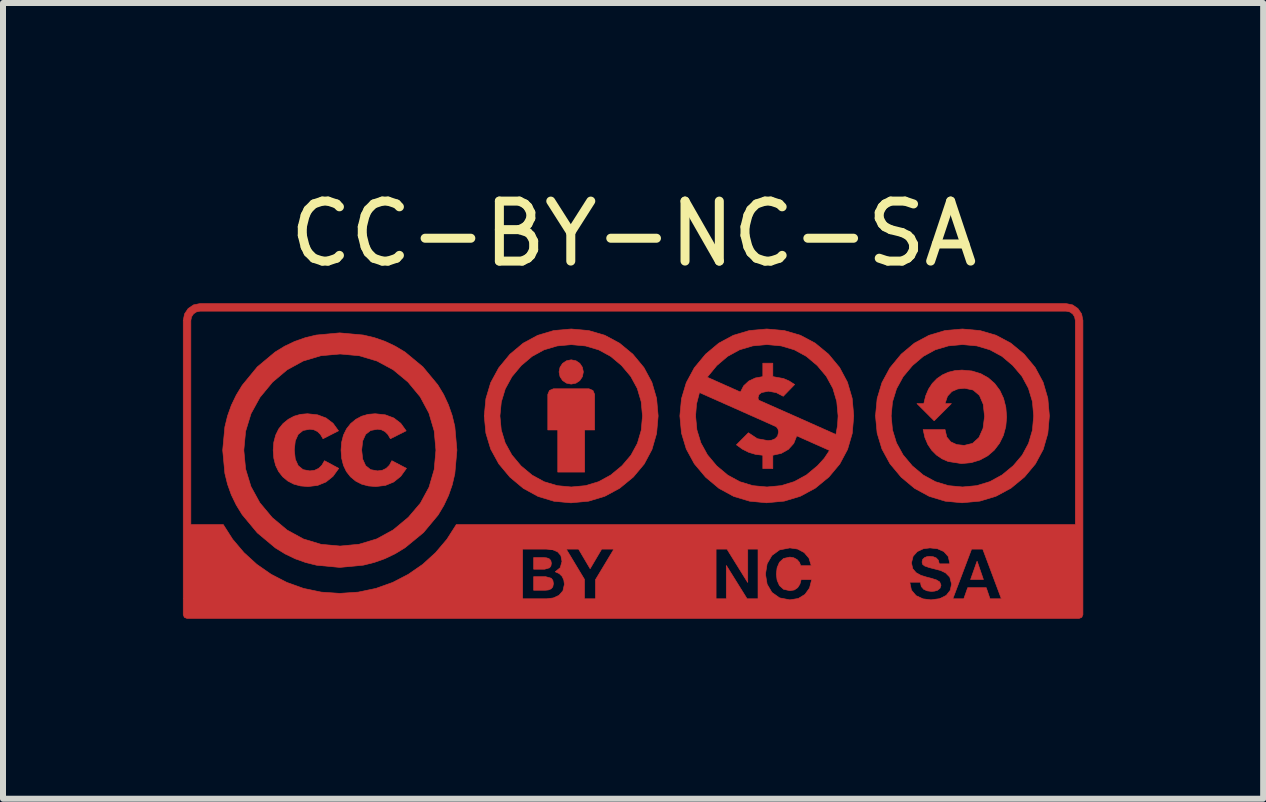
<source format=kicad_pcb>
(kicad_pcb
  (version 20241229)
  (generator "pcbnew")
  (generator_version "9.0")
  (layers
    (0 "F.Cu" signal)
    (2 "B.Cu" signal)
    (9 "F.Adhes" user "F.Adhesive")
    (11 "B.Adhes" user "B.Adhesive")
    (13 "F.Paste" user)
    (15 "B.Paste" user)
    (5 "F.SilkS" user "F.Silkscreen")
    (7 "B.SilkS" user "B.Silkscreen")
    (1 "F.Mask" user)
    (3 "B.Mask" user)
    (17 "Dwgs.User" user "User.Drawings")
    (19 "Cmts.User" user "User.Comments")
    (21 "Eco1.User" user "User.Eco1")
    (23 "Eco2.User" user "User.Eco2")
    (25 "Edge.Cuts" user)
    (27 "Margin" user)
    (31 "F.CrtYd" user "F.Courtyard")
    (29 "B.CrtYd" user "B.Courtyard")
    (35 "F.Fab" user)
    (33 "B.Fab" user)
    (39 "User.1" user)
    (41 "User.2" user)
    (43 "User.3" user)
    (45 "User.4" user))
  (footprint "CC-BY-NC-SA"
    (layer "F.Cu")
    (at 7.514 4.848)
    (property "Reference" "CC-BY-NC-SA" (at 0 -4 0) (layer "F.SilkS") (effects (font (size 1 1) (thickness 0.15))))
    (attr through_hole)
    (fp_poly (pts (xy 5.725 1.461) (xy 5.618 1.764) (xy 5.832 1.764) (xy 5.728 1.461) (xy 5.725 1.461)) (stroke (width 0.01) (type solid)) (fill yes) (layer "F.Cu"))
    (fp_poly (pts (xy -1.667 1.398) (xy -1.667 1.592) (xy -1.482 1.592) (xy -1.402 1.569) (xy -1.379 1.538) (xy -1.371 1.493) (xy -1.381 1.446) (xy -1.409 1.417) (xy -1.449 1.403) (xy -1.497 1.398) (xy -1.667 1.398)) (stroke (width 0.01) (type solid)) (fill yes) (layer "F.Cu"))
    (fp_poly (pts (xy -1.667 1.716) (xy -1.667 1.943) (xy -1.472 1.943) (xy -1.421 1.938) (xy -1.377 1.92) (xy -1.348 1.887) (xy -1.337 1.834) (xy -1.346 1.779) (xy -1.373 1.743) (xy -1.468 1.716) (xy -1.667 1.716)) (stroke (width 0.01) (type solid)) (fill yes) (layer "F.Cu"))
    (fp_poly (pts (xy -0.65 -1.322) (xy -0.678 -1.388) (xy -0.744 -1.416) (xy -1.337 -1.416) (xy -1.403 -1.388) (xy -1.431 -1.322) (xy -1.431 -0.729) (xy -1.265 -0.729) (xy -1.265 -0.027) (xy -0.816 -0.027) (xy -0.816 -0.729) (xy -0.65 -0.729) (xy -0.65 -1.322)) (stroke (width 0.01) (type solid)) (fill yes) (layer "F.Cu"))
    (fp_poly (pts (xy -0.838 -1.697) (xy -0.854 -1.618) (xy -0.897 -1.553) (xy -0.961 -1.51) (xy -1.041 -1.494) (xy -1.119 -1.51) (xy -1.184 -1.553) (xy -1.227 -1.618) (xy -1.243 -1.697) (xy -1.227 -1.775) (xy -1.184 -1.84) (xy -1.119 -1.883) (xy -1.041 -1.899) (xy -0.961 -1.883) (xy -0.897 -1.84) (xy -0.854 -1.775) (xy -0.838 -1.697)) (stroke (width 0.01) (type solid)) (fill yes) (layer "F.Cu"))
    (fp_poly (pts (xy -5.438 -1) (xy -5.554 -0.99) (xy -5.661 -0.959) (xy -5.758 -0.907) (xy -5.845 -0.836) (xy -5.917 -0.747) (xy -5.968 -0.643) (xy -5.999 -0.525) (xy -6.009 -0.393) (xy -5.999 -0.258) (xy -5.969 -0.139) (xy -5.919 -0.036) (xy -5.85 0.052) (xy -5.764 0.123) (xy -5.665 0.174) (xy -5.553 0.204) (xy -5.428 0.214) (xy -5.268 0.195) (xy -5.129 0.138) (xy -5.012 0.044) (xy -4.916 -0.089) (xy -5.154 -0.217) (xy -5.197 -0.142) (xy -5.252 -0.089) (xy -5.319 -0.057) (xy -5.398 -0.047) (xy -5.511 -0.068) (xy -5.592 -0.134) (xy -5.641 -0.243) (xy -5.657 -0.395) (xy -5.641 -0.547) (xy -5.592 -0.656) (xy -5.511 -0.721) (xy -5.398 -0.742) (xy -5.33 -0.732) (xy -5.27 -0.703) (xy -5.22 -0.653) (xy -5.179 -0.583) (xy -4.92 -0.715) (xy -5.011 -0.84) (xy -5.128 -0.929) (xy -5.27 -0.982) (xy -5.438 -1)) (stroke (width 0.01) (type solid)) (fill yes) (layer "F.Cu"))
    (fp_poly (pts (xy -4.308 -1) (xy -4.427 -0.99) (xy -4.534 -0.959) (xy -4.631 -0.907) (xy -4.717 -0.836) (xy -4.787 -0.747) (xy -4.838 -0.643) (xy -4.868 -0.525) (xy -4.878 -0.393) (xy -4.868 -0.258) (xy -4.838 -0.139) (xy -4.789 -0.036) (xy -4.72 0.052) (xy -4.634 0.123) (xy -4.535 0.174) (xy -4.423 0.204) (xy -4.298 0.214) (xy -4.138 0.195) (xy -4 0.138) (xy -3.883 0.044) (xy -3.787 -0.089) (xy -4.031 -0.217) (xy -4.071 -0.142) (xy -4.125 -0.089) (xy -4.191 -0.057) (xy -4.27 -0.047) (xy -4.385 -0.068) (xy -4.468 -0.134) (xy -4.517 -0.243) (xy -4.534 -0.395) (xy -4.517 -0.547) (xy -4.468 -0.656) (xy -4.385 -0.721) (xy -4.27 -0.742) (xy -4.204 -0.732) (xy -4.146 -0.703) (xy -4.096 -0.653) (xy -4.055 -0.583) (xy -3.792 -0.715) (xy -3.882 -0.84) (xy -3.998 -0.929) (xy -4.14 -0.982) (xy -4.308 -1)) (stroke (width 0.01) (type solid)) (fill yes) (layer "F.Cu"))
    (fp_poly (pts (xy 4.838 -1.169) (xy 4.869 -1.297) (xy 4.917 -1.41) (xy 4.98 -1.506) (xy 5.057 -1.585) (xy 5.147 -1.647) (xy 5.247 -1.692) (xy 5.357 -1.719) (xy 5.475 -1.728) (xy 5.639 -1.713) (xy 5.786 -1.669) (xy 5.913 -1.598) (xy 6.02 -1.504) (xy 6.106 -1.389) (xy 6.168 -1.256) (xy 6.206 -1.107) (xy 6.219 -0.945) (xy 6.205 -0.786) (xy 6.165 -0.639) (xy 6.1 -0.507) (xy 6.013 -0.393) (xy 5.904 -0.299) (xy 5.775 -0.229) (xy 5.629 -0.184) (xy 5.467 -0.169) (xy 5.243 -0.204) (xy 5.141 -0.249) (xy 5.05 -0.311) (xy 4.97 -0.391) (xy 4.905 -0.488) (xy 4.856 -0.603) (xy 4.827 -0.736) (xy 5.192 -0.736) (xy 5.221 -0.612) (xy 5.288 -0.531) (xy 5.386 -0.486) (xy 5.511 -0.472) (xy 5.651 -0.506) (xy 5.758 -0.604) (xy 5.826 -0.757) (xy 5.851 -0.956) (xy 5.829 -1.158) (xy 5.766 -1.305) (xy 5.661 -1.395) (xy 5.518 -1.425) (xy 5.404 -1.413) (xy 5.306 -1.371) (xy 5.233 -1.292) (xy 5.192 -1.169) (xy 5.298 -1.169) (xy 5.011 -0.882) (xy 4.724 -1.169) (xy 4.838 -1.169)) (stroke (width 0.01) (type solid)) (fill yes) (layer "F.Cu"))
    (fp_poly (pts (xy -1.042 -2.413) (xy -1.332 -2.387) (xy -1.598 -2.308) (xy -1.842 -2.176) (xy -2.062 -1.992) (xy -2.249 -1.765) (xy -2.383 -1.518) (xy -2.463 -1.25) (xy -2.49 -0.963) (xy -2.463 -0.676) (xy -2.383 -0.411) (xy -2.249 -0.166) (xy -2.062 0.058) (xy -1.838 0.245) (xy -1.593 0.379) (xy -1.328 0.459) (xy -1.042 0.486) (xy -1.039 0.485) (xy -1.039 0.221) (xy -1.273 0.199) (xy -1.491 0.134) (xy -1.692 0.024) (xy -1.877 -0.13) (xy -2.031 -0.314) (xy -2.141 -0.514) (xy -2.207 -0.73) (xy -2.229 -0.963) (xy -2.206 -1.196) (xy -2.14 -1.414) (xy -2.029 -1.617) (xy -1.873 -1.804) (xy -1.693 -1.956) (xy -1.494 -2.065) (xy -1.276 -2.13) (xy -1.039 -2.152) (xy -0.801 -2.13) (xy -0.582 -2.065) (xy -0.382 -1.956) (xy -0.201 -1.804) (xy -0.048 -1.622) (xy 0.061 -1.422) (xy 0.126 -1.202) (xy 0.148 -0.963) (xy 0.127 -0.724) (xy 0.063 -0.506) (xy -0.044 -0.309) (xy -0.193 -0.134) (xy -0.381 0.022) (xy -0.584 0.133) (xy -0.803 0.199) (xy -1.039 0.221) (xy -1.039 0.485) (xy -0.75 0.458) (xy -0.482 0.377) (xy -0.233 0.243) (xy -0.004 0.055) (xy 0.177 -0.162) (xy 0.306 -0.404) (xy 0.383 -0.671) (xy 0.409 -0.963) (xy 0.383 -1.256) (xy 0.304 -1.525) (xy 0.172 -1.77) (xy -0.012 -1.992) (xy -0.234 -2.176) (xy -0.48 -2.308) (xy -0.749 -2.387) (xy -1.042 -2.413)) (stroke (width 0.01) (type solid)) (fill yes) (layer "F.Cu"))
    (fp_poly (pts (xy 5.48 -2.413) (xy 5.191 -2.387) (xy 4.925 -2.308) (xy 4.681 -2.177) (xy 4.461 -1.993) (xy 4.274 -1.766) (xy 4.14 -1.518) (xy 4.06 -1.251) (xy 4.033 -0.964) (xy 4.06 -0.677) (xy 4.14 -0.412) (xy 4.274 -0.166) (xy 4.461 0.058) (xy 4.685 0.245) (xy 4.93 0.378) (xy 5.195 0.458) (xy 5.48 0.485) (xy 5.484 0.484) (xy 5.484 0.221) (xy 5.25 0.199) (xy 5.032 0.133) (xy 4.83 0.023) (xy 4.646 -0.131) (xy 4.492 -0.315) (xy 4.382 -0.515) (xy 4.316 -0.731) (xy 4.294 -0.964) (xy 4.316 -1.197) (xy 4.383 -1.415) (xy 4.494 -1.618) (xy 4.65 -1.804) (xy 4.83 -1.957) (xy 5.029 -2.066) (xy 5.247 -2.131) (xy 5.484 -2.153) (xy 5.722 -2.131) (xy 5.94 -2.066) (xy 6.141 -1.957) (xy 6.322 -1.804) (xy 6.475 -1.623) (xy 6.583 -1.423) (xy 6.649 -1.203) (xy 6.67 -0.964) (xy 6.649 -0.725) (xy 6.585 -0.507) (xy 6.479 -0.31) (xy 6.33 -0.134) (xy 6.142 0.021) (xy 5.939 0.132) (xy 5.719 0.199) (xy 5.484 0.221) (xy 5.484 0.484) (xy 5.773 0.457) (xy 6.041 0.376) (xy 6.29 0.242) (xy 6.518 0.054) (xy 6.699 -0.163) (xy 6.829 -0.405) (xy 6.906 -0.672) (xy 6.932 -0.964) (xy 6.906 -1.257) (xy 6.827 -1.526) (xy 6.695 -1.771) (xy 6.511 -1.993) (xy 6.289 -2.177) (xy 6.043 -2.308) (xy 5.774 -2.387) (xy 5.48 -2.413) (xy 5.48 -2.413)) (stroke (width 0.01) (type solid)) (fill yes) (layer "F.Cu"))
    (fp_poly (pts (xy -4.901 -2.348) (xy -5.291 -2.312) (xy -5.474 -2.268) (xy -5.65 -2.206) (xy -5.818 -2.126) (xy -5.977 -2.029) (xy -6.274 -1.781) (xy -6.526 -1.474) (xy -6.625 -1.311) (xy -6.707 -1.141) (xy -6.77 -0.964) (xy -6.815 -0.78) (xy -6.851 -0.393) (xy -6.815 -0.006) (xy -6.77 0.177) (xy -6.707 0.353) (xy -6.625 0.522) (xy -6.526 0.683) (xy -6.274 0.986) (xy -5.972 1.238) (xy -5.811 1.337) (xy -5.643 1.418) (xy -5.467 1.481) (xy -5.285 1.526) (xy -4.901 1.562) (xy -4.895 1.562) (xy -4.895 1.206) (xy -5.211 1.177) (xy -5.505 1.088) (xy -5.776 0.94) (xy -6.025 0.732) (xy -6.232 0.484) (xy -6.38 0.214) (xy -6.469 -0.078) (xy -6.499 -0.392) (xy -6.469 -0.707) (xy -6.379 -1.001) (xy -6.229 -1.274) (xy -6.02 -1.527) (xy -5.777 -1.732) (xy -5.509 -1.879) (xy -5.215 -1.967) (xy -4.895 -1.996) (xy -4.575 -1.967) (xy -4.28 -1.879) (xy -4.009 -1.733) (xy -3.763 -1.529) (xy -3.559 -1.283) (xy -3.413 -1.011) (xy -3.325 -0.714) (xy -3.296 -0.392) (xy -3.325 -0.069) (xy -3.411 0.225) (xy -3.555 0.491) (xy -3.756 0.727) (xy -4.009 0.937) (xy -4.283 1.087) (xy -4.578 1.176) (xy -4.895 1.206) (xy -4.895 1.562) (xy -4.507 1.525) (xy -4.323 1.479) (xy -4.146 1.416) (xy -3.975 1.334) (xy -3.811 1.234) (xy -3.503 0.981) (xy -3.259 0.688) (xy -3.164 0.529) (xy -3.085 0.361) (xy -3.024 0.185) (xy -2.981 0.001) (xy -2.946 -0.393) (xy -2.981 -0.787) (xy -3.026 -0.973) (xy -3.088 -1.15) (xy -3.167 -1.32) (xy -3.265 -1.482) (xy -3.513 -1.781) (xy -3.812 -2.029) (xy -3.974 -2.126) (xy -4.143 -2.206) (xy -4.321 -2.268) (xy -4.506 -2.312) (xy -4.901 -2.348)) (stroke (width 0.01) (type solid)) (fill yes) (layer "F.Cu"))
    (fp_poly (pts (xy 2.219 -2.413) (xy 1.93 -2.387) (xy 1.663 -2.308) (xy 1.42 -2.177) (xy 1.2 -1.993) (xy 1.012 -1.766) (xy 0.878 -1.518) (xy 0.798 -1.251) (xy 0.771 -0.964) (xy 0.798 -0.677) (xy 0.878 -0.412) (xy 1.012 -0.166) (xy 1.2 0.058) (xy 1.424 0.245) (xy 1.668 0.378) (xy 1.934 0.458) (xy 2.219 0.485) (xy 2.223 0.484) (xy 2.223 0.221) (xy 1.988 0.199) (xy 1.77 0.133) (xy 1.569 0.023) (xy 1.385 -0.131) (xy 1.231 -0.315) (xy 1.121 -0.515) (xy 1.055 -0.731) (xy 1.033 -0.964) (xy 1.049 -1.164) (xy 1.098 -1.353) (xy 1.838 -1.024) (xy 2.067 -0.922) (xy 2.24 -0.845) (xy 2.24 -1.158) (xy 2.086 -1.226) (xy 2.073 -1.263) (xy 2.09 -1.319) (xy 2.133 -1.353) (xy 2.247 -1.376) (xy 2.378 -1.352) (xy 2.495 -1.291) (xy 2.685 -1.487) (xy 2.592 -1.547) (xy 2.499 -1.587) (xy 2.321 -1.619) (xy 2.321 -1.843) (xy 2.154 -1.843) (xy 2.154 -1.619) (xy 2.028 -1.596) (xy 1.92 -1.545) (xy 1.835 -1.466) (xy 1.781 -1.362) (xy 1.227 -1.609) (xy 1.388 -1.804) (xy 1.568 -1.957) (xy 1.767 -2.066) (xy 1.985 -2.131) (xy 2.223 -2.153) (xy 2.46 -2.131) (xy 2.679 -2.066) (xy 2.879 -1.957) (xy 3.061 -1.804) (xy 3.213 -1.623) (xy 3.322 -1.423) (xy 3.387 -1.203) (xy 3.409 -0.964) (xy 3.4 -0.804) (xy 3.373 -0.654) (xy 2.63 -0.985) (xy 2.397 -1.088) (xy 2.271 -1.144) (xy 2.24 -1.158) (xy 2.24 -0.845) (xy 2.378 -0.783) (xy 2.406 -0.747) (xy 2.417 -0.697) (xy 2.401 -0.627) (xy 2.359 -0.583) (xy 2.302 -0.559) (xy 2.238 -0.552) (xy 2.063 -0.584) (xy 1.914 -0.683) (xy 1.714 -0.482) (xy 1.811 -0.411) (xy 1.918 -0.357) (xy 2.034 -0.322) (xy 2.154 -0.308) (xy 2.154 -0.085) (xy 2.321 -0.085) (xy 2.321 -0.308) (xy 2.462 -0.339) (xy 2.581 -0.406) (xy 2.67 -0.505) (xy 2.72 -0.631) (xy 3.266 -0.388) (xy 3.178 -0.256) (xy 3.068 -0.135) (xy 2.881 0.021) (xy 2.677 0.132) (xy 2.458 0.199) (xy 2.223 0.221) (xy 2.223 0.484) (xy 2.511 0.457) (xy 2.779 0.376) (xy 3.028 0.242) (xy 3.257 0.054) (xy 3.438 -0.163) (xy 3.567 -0.405) (xy 3.645 -0.672) (xy 3.67 -0.964) (xy 3.644 -1.257) (xy 3.565 -1.526) (xy 3.434 -1.771) (xy 3.25 -1.993) (xy 3.027 -2.177) (xy 2.781 -2.308) (xy 2.512 -2.387) (xy 2.219 -2.413)) (stroke (width 0.01) (type solid)) (fill yes) (layer "F.Cu"))
    (fp_poly (pts (xy -7.229 -2.837) (xy -7.338 -2.815) (xy -7.427 -2.754) (xy -7.487 -2.665) (xy -7.509 -2.556) (xy -7.509 2.35) (xy -7.491 2.395) (xy -7.446 2.413) (xy -4.899 2.413) (xy -4.899 1.995) (xy -5.207 1.974) (xy -5.503 1.912) (xy -5.782 1.812) (xy -6.043 1.677) (xy -6.282 1.511) (xy -6.497 1.315) (xy -6.685 1.093) (xy -6.842 0.847) (xy -7.382 0.847) (xy -7.382 -2.556) (xy -7.37 -2.616) (xy -7.337 -2.665) (xy -7.288 -2.698) (xy -7.229 -2.71) (xy 7.21 -2.71) (xy 7.27 -2.698) (xy 7.319 -2.665) (xy 7.352 -2.616) (xy 7.364 -2.556) (xy 7.364 0.847) (xy -2.956 0.847) (xy -3.113 1.093) (xy -3.301 1.315) (xy -3.516 1.511) (xy -3.756 1.677) (xy -4.016 1.812) (xy -4.296 1.912) (xy -4.591 1.974) (xy -4.899 1.995) (xy -4.899 2.413) (xy -1.447 2.413) (xy -1.447 2.085) (xy -1.85 2.085) (xy -1.85 1.257) (xy -1.459 1.257) (xy -1.351 1.267) (xy -1.268 1.302) (xy -1.213 1.365) (xy -1.194 1.462) (xy -1.223 1.566) (xy -1.307 1.635) (xy -1.24 1.665) (xy -1.192 1.712) (xy -1.164 1.772) (xy -1.154 1.844) (xy -1.179 1.953) (xy -1.245 2.028) (xy -1.339 2.071) (xy -1.447 2.085) (xy -1.447 2.413) (xy -0.728 2.413) (xy -0.728 2.085) (xy -0.819 2.085) (xy -0.819 1.762) (xy -1.123 1.257) (xy -0.918 1.257) (xy -0.725 1.584) (xy -0.532 1.257) (xy -0.329 1.257) (xy -0.636 1.767) (xy -0.636 2.085) (xy -0.728 2.085) (xy -0.728 2.413) (xy 1.46 2.413) (xy 1.46 2.085) (xy 1.375 2.085) (xy 1.375 1.257) (xy 1.556 1.257) (xy 1.901 1.812) (xy 1.903 1.812) (xy 1.903 1.257) (xy 2.074 1.257) (xy 2.074 2.085) (xy 1.892 2.085) (xy 1.547 1.531) (xy 1.545 1.531) (xy 1.545 2.085) (xy 1.46 2.085) (xy 1.46 2.413) (xy 2.605 2.413) (xy 2.605 2.103) (xy 2.434 2.07) (xy 2.306 1.979) (xy 2.226 1.843) (xy 2.198 1.674) (xy 2.226 1.501) (xy 2.306 1.363) (xy 2.434 1.27) (xy 2.605 1.237) (xy 2.734 1.256) (xy 2.843 1.314) (xy 2.923 1.407) (xy 2.962 1.534) (xy 2.786 1.534) (xy 2.765 1.477) (xy 2.725 1.431) (xy 2.669 1.401) (xy 2.605 1.39) (xy 2.5 1.413) (xy 2.431 1.477) (xy 2.392 1.568) (xy 2.38 1.674) (xy 2.392 1.775) (xy 2.431 1.864) (xy 2.5 1.927) (xy 2.605 1.95) (xy 2.679 1.938) (xy 2.735 1.9) (xy 2.773 1.84) (xy 2.793 1.765) (xy 2.969 1.765) (xy 2.933 1.906) (xy 2.857 2.012) (xy 2.746 2.08) (xy 2.605 2.103) (xy 2.605 2.413) (xy 4.957 2.413) (xy 4.957 2.103) (xy 4.824 2.086) (xy 4.71 2.033) (xy 4.632 1.941) (xy 4.604 1.809) (xy 4.781 1.809) (xy 4.796 1.88) (xy 4.836 1.927) (xy 4.894 1.953) (xy 4.963 1.962) (xy 5.016 1.958) (xy 5.068 1.943) (xy 5.108 1.91) (xy 5.125 1.859) (xy 5.103 1.804) (xy 5.047 1.77) (xy 4.968 1.745) (xy 4.879 1.722) (xy 4.789 1.694) (xy 4.71 1.65) (xy 4.654 1.584) (xy 4.632 1.487) (xy 4.66 1.376) (xy 4.73 1.298) (xy 4.831 1.251) (xy 4.941 1.237) (xy 5.066 1.251) (xy 5.172 1.298) (xy 5.246 1.381) (xy 5.273 1.503) (xy 5.096 1.503) (xy 5.081 1.442) (xy 5.045 1.404) (xy 4.995 1.384) (xy 4.934 1.378) (xy 4.89 1.383) (xy 4.85 1.399) (xy 4.82 1.428) (xy 4.809 1.472) (xy 4.818 1.511) (xy 4.854 1.539) (xy 4.93 1.565) (xy 5.056 1.597) (xy 5.12 1.614) (xy 5.201 1.653) (xy 5.271 1.724) (xy 5.301 1.839) (xy 5.279 1.944) (xy 5.213 2.028) (xy 5.105 2.083) (xy 4.957 2.103) (xy 4.957 2.413) (xy 5.413 2.413) (xy 5.413 2.085) (xy 5.322 2.085) (xy 5.635 1.257) (xy 5.821 1.257) (xy 6.131 2.085) (xy 5.942 2.085) (xy 5.879 1.9) (xy 5.57 1.9) (xy 5.505 2.085) (xy 5.413 2.085) (xy 5.413 2.413) (xy 7.427 2.413) (xy 7.472 2.395) (xy 7.491 2.35) (xy 7.491 -2.556) (xy 7.469 -2.665) (xy 7.408 -2.754) (xy 7.319 -2.815) (xy 7.21 -2.837) (xy -7.229 -2.837)) (stroke (width 0.01) (type solid)) (fill yes) (layer "F.Cu")))
  (gr_rect
    (start -3 -3)
    (end 18.01 10.267)
    (stroke (width 0.1) (type default))
    (fill no)
    (layer "Edge.Cuts")))
</source>
